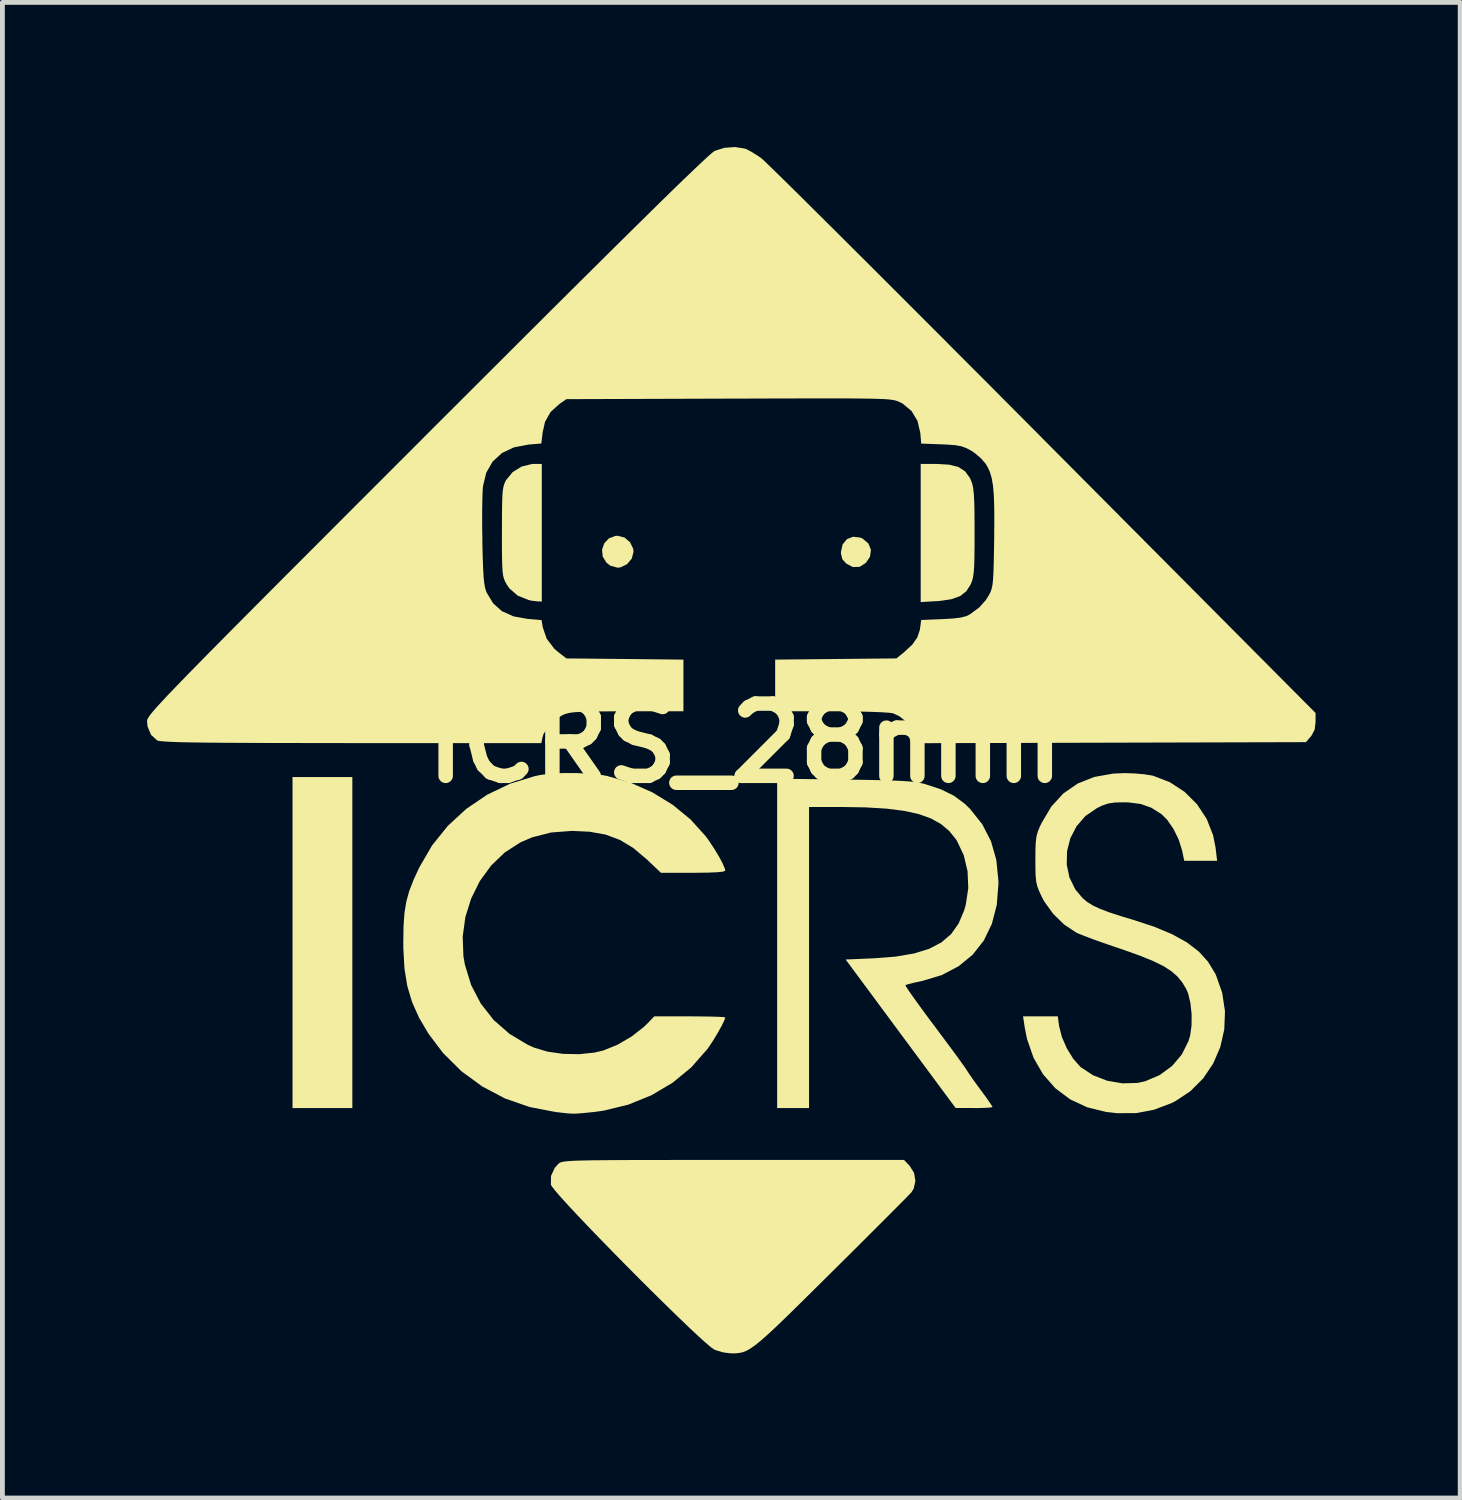
<source format=kicad_pcb>
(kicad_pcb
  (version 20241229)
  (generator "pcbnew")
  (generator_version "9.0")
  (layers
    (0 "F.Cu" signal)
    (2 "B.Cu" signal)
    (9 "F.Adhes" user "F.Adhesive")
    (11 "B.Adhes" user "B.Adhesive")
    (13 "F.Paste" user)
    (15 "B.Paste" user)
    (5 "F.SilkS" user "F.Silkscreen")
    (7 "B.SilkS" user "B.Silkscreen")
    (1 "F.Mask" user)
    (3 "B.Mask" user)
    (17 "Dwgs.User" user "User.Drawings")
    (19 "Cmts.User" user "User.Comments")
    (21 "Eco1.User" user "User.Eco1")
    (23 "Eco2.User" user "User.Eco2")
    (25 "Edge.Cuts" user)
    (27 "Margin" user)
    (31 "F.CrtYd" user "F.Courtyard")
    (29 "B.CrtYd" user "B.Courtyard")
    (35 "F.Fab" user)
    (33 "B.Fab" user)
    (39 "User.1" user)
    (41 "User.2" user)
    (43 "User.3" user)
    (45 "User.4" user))
  (footprint "ICRS_28mm"
    (layer "F.Cu")
    (at 12.409 12.366)
    (property "Reference" "ICRS_28mm" (at 0 0 0) (layer "F.SilkS") (effects (font (size 1.5 1.5) (thickness 0.3))))
    (attr board_only exclude_from_pos_files exclude_from_bom)
    (fp_poly (pts (xy -8.15 4.137) (xy -8.15 7.57) (xy -8.77 7.57) (xy -9.391 7.57) (xy -9.391 4.137) (xy -9.391 0.703) (xy -8.77 0.703) (xy -8.15 0.703)) (stroke (width 0) (type solid)) (fill yes) (layer "F.SilkS"))
    (fp_poly (pts (xy 2.388 -4.264) (xy 2.434 -4.244) (xy 2.555 -4.142) (xy 2.608 -4.01) (xy 2.588 -3.867) (xy 2.505 -3.742) (xy 2.373 -3.657) (xy 2.233 -3.653) (xy 2.095 -3.726) (xy 2.014 -3.816) (xy 1.986 -3.935) (xy 1.986 -3.968) (xy 2.02 -4.123) (xy 2.11 -4.232) (xy 2.239 -4.282)) (stroke (width 0) (type solid)) (fill yes) (layer "F.SilkS"))
    (fp_poly (pts (xy -2.504 -4.265) (xy -2.389 -4.167) (xy -2.324 -4.033) (xy -2.317 -3.971) (xy -2.354 -3.828) (xy -2.451 -3.713) (xy -2.586 -3.647) (xy -2.648 -3.64) (xy -2.793 -3.679) (xy -2.877 -3.742) (xy -2.957 -3.871) (xy -2.97 -4.013) (xy -2.925 -4.145) (xy -2.829 -4.247) (xy -2.691 -4.3) (xy -2.648 -4.302)) (stroke (width 0) (type solid)) (fill yes) (layer "F.SilkS"))
    (fp_poly (pts (xy 4.232 -5.777) (xy 4.423 -5.728) (xy 4.561 -5.639) (xy 4.659 -5.504) (xy 4.685 -5.448) (xy 4.71 -5.377) (xy 4.728 -5.292) (xy 4.741 -5.18) (xy 4.75 -5.029) (xy 4.755 -4.827) (xy 4.757 -4.561) (xy 4.757 -4.372) (xy 4.757 -4.07) (xy 4.754 -3.838) (xy 4.749 -3.665) (xy 4.739 -3.536) (xy 4.725 -3.441) (xy 4.706 -3.366) (xy 4.679 -3.299) (xy 4.676 -3.292) (xy 4.586 -3.151) (xy 4.458 -3.051) (xy 4.278 -2.986) (xy 4.034 -2.95) (xy 3.961 -2.945) (xy 3.64 -2.927) (xy 3.64 -4.359) (xy 3.64 -5.792) (xy 3.976 -5.792)) (stroke (width 0) (type solid)) (fill yes) (layer "F.SilkS"))
    (fp_poly (pts (xy -4.22 -4.364) (xy -4.22 -2.937) (xy -4.313 -2.942) (xy -4.429 -2.955) (xy -4.488 -2.967) (xy -4.718 -3.059) (xy -4.891 -3.209) (xy -4.945 -3.287) (xy -4.978 -3.346) (xy -5.003 -3.403) (xy -5.021 -3.47) (xy -5.033 -3.559) (xy -5.041 -3.683) (xy -5.045 -3.852) (xy -5.047 -4.08) (xy -5.047 -4.379) (xy -5.047 -4.383) (xy -5.046 -4.685) (xy -5.044 -4.916) (xy -5.04 -5.088) (xy -5.032 -5.213) (xy -5.019 -5.304) (xy -5.001 -5.371) (xy -4.977 -5.428) (xy -4.959 -5.46) (xy -4.823 -5.624) (xy -4.637 -5.739) (xy -4.426 -5.79) (xy -4.39 -5.792) (xy -4.22 -5.792)) (stroke (width 0) (type solid)) (fill yes) (layer "F.SilkS"))
    (fp_poly (pts (xy 3.411 8.768) (xy 3.502 8.914) (xy 3.53 9.082) (xy 3.494 9.243) (xy 3.449 9.315) (xy 3.405 9.362) (xy 3.308 9.461) (xy 3.163 9.607) (xy 2.977 9.794) (xy 2.755 10.016) (xy 2.503 10.268) (xy 2.226 10.544) (xy 1.931 10.837) (xy 1.778 10.989) (xy 1.421 11.342) (xy 1.118 11.642) (xy 0.862 11.893) (xy 0.649 12.098) (xy 0.472 12.263) (xy 0.326 12.392) (xy 0.206 12.489) (xy 0.106 12.559) (xy 0.02 12.607) (xy -0.057 12.636) (xy -0.13 12.651) (xy -0.205 12.657) (xy -0.288 12.658) (xy -0.31 12.657) (xy -0.458 12.638) (xy -0.613 12.592) (xy -0.641 12.58) (xy -0.71 12.532) (xy -0.828 12.432) (xy -0.988 12.287) (xy -1.184 12.103) (xy -1.409 11.887) (xy -1.657 11.645) (xy -1.921 11.385) (xy -2.195 11.112) (xy -2.472 10.833) (xy -2.746 10.555) (xy -3.009 10.285) (xy -3.257 10.028) (xy -3.481 9.792) (xy -3.675 9.584) (xy -3.834 9.409) (xy -3.95 9.274) (xy -4.017 9.187) (xy -4.031 9.16) (xy -4.029 8.977) (xy -3.95 8.808) (xy -3.883 8.733) (xy -3.866 8.717) (xy -3.846 8.704) (xy -3.817 8.692) (xy -3.774 8.683) (xy -3.712 8.674) (xy -3.626 8.667) (xy -3.51 8.661) (xy -3.359 8.657) (xy -3.168 8.653) (xy -2.931 8.651) (xy -2.644 8.649) (xy -2.3 8.647) (xy -1.894 8.647) (xy -1.422 8.646) (xy -0.878 8.646) (xy -0.257 8.646) (xy -0.248 8.646) (xy 3.294 8.646)) (stroke (width 0) (type solid)) (fill yes) (layer "F.SilkS"))
    (fp_poly (pts (xy 2.058 0.755) (xy 2.453 0.761) (xy 2.774 0.767) (xy 3.033 0.774) (xy 3.238 0.783) (xy 3.399 0.794) (xy 3.526 0.808) (xy 3.629 0.825) (xy 3.717 0.845) (xy 3.723 0.847) (xy 4.055 0.956) (xy 4.324 1.088) (xy 4.551 1.255) (xy 4.66 1.36) (xy 4.916 1.681) (xy 5.098 2.034) (xy 5.209 2.424) (xy 5.252 2.856) (xy 5.253 2.916) (xy 5.218 3.355) (xy 5.116 3.749) (xy 4.949 4.094) (xy 4.718 4.388) (xy 4.427 4.627) (xy 4.078 4.81) (xy 3.672 4.933) (xy 3.647 4.938) (xy 3.498 4.97) (xy 3.384 4.999) (xy 3.325 5.018) (xy 3.323 5.02) (xy 3.341 5.057) (xy 3.403 5.151) (xy 3.502 5.292) (xy 3.632 5.472) (xy 3.786 5.682) (xy 3.921 5.862) (xy 4.094 6.094) (xy 4.254 6.309) (xy 4.392 6.496) (xy 4.5 6.646) (xy 4.572 6.747) (xy 4.596 6.785) (xy 4.646 6.862) (xy 4.731 6.984) (xy 4.837 7.131) (xy 4.892 7.205) (xy 4.994 7.344) (xy 5.074 7.458) (xy 5.121 7.53) (xy 5.13 7.547) (xy 5.091 7.557) (xy 4.988 7.565) (xy 4.839 7.569) (xy 4.747 7.569) (xy 4.364 7.568) (xy 3.223 6.028) (xy 2.083 4.488) (xy 2.665 4.463) (xy 3.119 4.428) (xy 3.501 4.363) (xy 3.816 4.266) (xy 4.071 4.132) (xy 4.273 3.958) (xy 4.426 3.741) (xy 4.539 3.476) (xy 4.575 3.351) (xy 4.627 3.006) (xy 4.612 2.657) (xy 4.533 2.325) (xy 4.394 2.031) (xy 4.374 1.999) (xy 4.233 1.824) (xy 4.062 1.679) (xy 3.853 1.562) (xy 3.599 1.471) (xy 3.293 1.404) (xy 2.927 1.358) (xy 2.494 1.332) (xy 1.996 1.324) (xy 1.324 1.324) (xy 1.324 4.447) (xy 1.324 7.57) (xy 0.993 7.57) (xy 0.662 7.57) (xy 0.662 4.154) (xy 0.662 0.737)) (stroke (width 0) (type solid)) (fill yes) (layer "F.SilkS"))
    (fp_poly (pts (xy -3.494 0.621) (xy -3.216 0.635) (xy -2.972 0.661) (xy -2.871 0.679) (xy -2.388 0.817) (xy -1.93 1.019) (xy -1.507 1.277) (xy -1.134 1.583) (xy -0.822 1.929) (xy -0.769 2) (xy -0.651 2.177) (xy -0.547 2.348) (xy -0.467 2.498) (xy -0.421 2.608) (xy -0.414 2.646) (xy -0.455 2.664) (xy -0.575 2.677) (xy -0.773 2.686) (xy -1.046 2.689) (xy -1.081 2.689) (xy -1.749 2.689) (xy -2.043 2.41) (xy -2.321 2.176) (xy -2.598 2.008) (xy -2.895 1.897) (xy -3.231 1.837) (xy -3.592 1.82) (xy -4.026 1.853) (xy -4.419 1.953) (xy -4.662 2.057) (xy -4.989 2.268) (xy -5.272 2.54) (xy -5.506 2.862) (xy -5.685 3.222) (xy -5.806 3.61) (xy -5.861 4.012) (xy -5.846 4.419) (xy -5.816 4.592) (xy -5.686 5.017) (xy -5.485 5.403) (xy -5.219 5.742) (xy -4.893 6.028) (xy -4.513 6.256) (xy -4.377 6.317) (xy -4.101 6.399) (xy -3.781 6.445) (xy -3.447 6.452) (xy -3.129 6.419) (xy -2.946 6.376) (xy -2.652 6.257) (xy -2.358 6.086) (xy -2.099 5.883) (xy -2.029 5.815) (xy -1.887 5.667) (xy -1.15 5.667) (xy -0.914 5.669) (xy -0.709 5.672) (xy -0.548 5.677) (xy -0.446 5.683) (xy -0.414 5.689) (xy -0.435 5.753) (xy -0.489 5.864) (xy -0.567 6.004) (xy -0.655 6.152) (xy -0.743 6.286) (xy -0.787 6.348) (xy -1.119 6.725) (xy -1.508 7.045) (xy -1.946 7.304) (xy -2.424 7.498) (xy -2.936 7.623) (xy -3.163 7.654) (xy -3.344 7.672) (xy -3.472 7.683) (xy -3.575 7.686) (xy -3.68 7.68) (xy -3.816 7.665) (xy -3.934 7.652) (xy -4.473 7.548) (xy -4.982 7.371) (xy -5.455 7.122) (xy -5.886 6.807) (xy -6.267 6.429) (xy -6.57 6.028) (xy -6.766 5.695) (xy -6.911 5.372) (xy -7.01 5.039) (xy -7.069 4.674) (xy -7.092 4.258) (xy -7.093 4.116) (xy -7.088 3.79) (xy -7.069 3.522) (xy -7.031 3.29) (xy -6.971 3.07) (xy -6.881 2.838) (xy -6.763 2.581) (xy -6.497 2.123) (xy -6.169 1.715) (xy -5.784 1.361) (xy -5.351 1.068) (xy -4.875 0.84) (xy -4.365 0.684) (xy -4.246 0.659) (xy -4.038 0.633) (xy -3.778 0.62)) (stroke (width 0) (type solid)) (fill yes) (layer "F.SilkS"))
    (fp_poly (pts (xy 8.074 0.628) (xy 8.272 0.645) (xy 8.432 0.67) (xy 8.466 0.678) (xy 8.81 0.811) (xy 9.115 1.011) (xy 9.372 1.267) (xy 9.572 1.571) (xy 9.706 1.911) (xy 9.756 2.165) (xy 9.789 2.441) (xy 9.448 2.441) (xy 9.107 2.441) (xy 9.062 2.224) (xy 8.992 2.001) (xy 8.884 1.78) (xy 8.753 1.59) (xy 8.634 1.472) (xy 8.425 1.34) (xy 8.206 1.262) (xy 7.949 1.229) (xy 7.852 1.227) (xy 7.668 1.231) (xy 7.531 1.252) (xy 7.404 1.295) (xy 7.295 1.348) (xy 7.056 1.512) (xy 6.872 1.725) (xy 6.744 1.972) (xy 6.676 2.24) (xy 6.669 2.516) (xy 6.725 2.785) (xy 6.847 3.034) (xy 6.998 3.214) (xy 7.093 3.294) (xy 7.209 3.366) (xy 7.358 3.436) (xy 7.552 3.51) (xy 7.805 3.592) (xy 8.032 3.66) (xy 8.481 3.807) (xy 8.855 3.963) (xy 9.162 4.133) (xy 9.408 4.322) (xy 9.6 4.534) (xy 9.747 4.775) (xy 9.764 4.809) (xy 9.895 5.182) (xy 9.952 5.563) (xy 9.937 5.941) (xy 9.854 6.306) (xy 9.706 6.648) (xy 9.498 6.956) (xy 9.233 7.221) (xy 8.914 7.432) (xy 8.842 7.467) (xy 8.478 7.605) (xy 8.109 7.674) (xy 7.715 7.676) (xy 7.486 7.651) (xy 7.091 7.553) (xy 6.738 7.388) (xy 6.432 7.158) (xy 6.178 6.869) (xy 5.981 6.527) (xy 5.845 6.136) (xy 5.799 5.905) (xy 5.763 5.667) (xy 6.123 5.667) (xy 6.484 5.667) (xy 6.511 5.869) (xy 6.568 6.094) (xy 6.671 6.331) (xy 6.805 6.549) (xy 6.953 6.716) (xy 6.96 6.721) (xy 7.214 6.889) (xy 7.511 7.003) (xy 7.826 7.057) (xy 8.136 7.048) (xy 8.295 7.014) (xy 8.596 6.886) (xy 8.854 6.697) (xy 9.057 6.458) (xy 9.196 6.177) (xy 9.228 6.069) (xy 9.258 5.862) (xy 9.26 5.626) (xy 9.235 5.392) (xy 9.187 5.191) (xy 9.153 5.109) (xy 9.068 4.966) (xy 8.968 4.843) (xy 8.841 4.731) (xy 8.679 4.627) (xy 8.471 4.524) (xy 8.207 4.416) (xy 7.879 4.298) (xy 7.664 4.225) (xy 7.434 4.146) (xy 7.218 4.069) (xy 7.035 4) (xy 6.903 3.947) (xy 6.862 3.927) (xy 6.617 3.764) (xy 6.39 3.543) (xy 6.205 3.287) (xy 6.152 3.189) (xy 6.096 3.068) (xy 6.058 2.968) (xy 6.035 2.867) (xy 6.023 2.742) (xy 6.019 2.57) (xy 6.019 2.42) (xy 6.02 2.205) (xy 6.027 2.051) (xy 6.042 1.934) (xy 6.069 1.834) (xy 6.113 1.728) (xy 6.148 1.655) (xy 6.35 1.315) (xy 6.599 1.043) (xy 6.896 0.838) (xy 7.241 0.701) (xy 7.634 0.631) (xy 7.874 0.621)) (stroke (width 0) (type solid)) (fill yes) (layer "F.SilkS"))
    (fp_poly (pts (xy -0.014 -12.335) (xy 0.029 -12.32) (xy 0.13 -12.266) (xy 0.259 -12.186) (xy 0.331 -12.136) (xy 0.379 -12.094) (xy 0.482 -11.995) (xy 0.637 -11.844) (xy 0.842 -11.643) (xy 1.094 -11.395) (xy 1.389 -11.102) (xy 1.725 -10.768) (xy 2.099 -10.396) (xy 2.507 -9.989) (xy 2.948 -9.549) (xy 3.418 -9.079) (xy 3.914 -8.583) (xy 4.432 -8.063) (xy 4.972 -7.522) (xy 5.528 -6.964) (xy 6.099 -6.39) (xy 6.174 -6.314) (xy 11.831 -0.626) (xy 11.831 -0.44) (xy 11.812 -0.279) (xy 11.746 -0.155) (xy 11.731 -0.137) (xy 11.632 -0.021) (xy 7.619 -0.01) (xy 3.606 0.001) (xy 3.56 -0.139) (xy 3.478 -0.292) (xy 3.346 -0.441) (xy 3.193 -0.561) (xy 3.065 -0.62) (xy 2.985 -0.631) (xy 2.834 -0.641) (xy 2.625 -0.649) (xy 2.37 -0.656) (xy 2.081 -0.66) (xy 1.771 -0.662) (xy 1.768 -0.662) (xy 0.621 -0.662) (xy 0.621 -1.197) (xy 0.621 -1.733) (xy 1.878 -1.746) (xy 3.136 -1.758) (xy 3.293 -1.885) (xy 3.463 -2.042) (xy 3.568 -2.19) (xy 3.622 -2.35) (xy 3.627 -2.387) (xy 3.65 -2.555) (xy 4.09 -2.573) (xy 4.315 -2.586) (xy 4.475 -2.606) (xy 4.587 -2.635) (xy 4.654 -2.668) (xy 4.851 -2.812) (xy 4.992 -2.969) (xy 5.061 -3.082) (xy 5.09 -3.14) (xy 5.111 -3.202) (xy 5.128 -3.28) (xy 5.14 -3.386) (xy 5.149 -3.531) (xy 5.155 -3.727) (xy 5.16 -3.985) (xy 5.164 -4.231) (xy 5.167 -4.607) (xy 5.165 -4.911) (xy 5.156 -5.155) (xy 5.139 -5.347) (xy 5.112 -5.501) (xy 5.075 -5.625) (xy 5.026 -5.731) (xy 4.984 -5.8) (xy 4.887 -5.912) (xy 4.754 -6.023) (xy 4.686 -6.068) (xy 4.584 -6.122) (xy 4.485 -6.158) (xy 4.366 -6.18) (xy 4.203 -6.193) (xy 4.07 -6.199) (xy 3.65 -6.214) (xy 3.632 -6.435) (xy 3.574 -6.683) (xy 3.451 -6.889) (xy 3.268 -7.042) (xy 3.215 -7.07) (xy 3.181 -7.086) (xy 3.146 -7.099) (xy 3.105 -7.111) (xy 3.051 -7.121) (xy 2.979 -7.13) (xy 2.884 -7.137) (xy 2.76 -7.142) (xy 2.601 -7.146) (xy 2.402 -7.149) (xy 2.158 -7.151) (xy 1.862 -7.152) (xy 1.509 -7.152) (xy 1.094 -7.151) (xy 0.61 -7.15) (xy 0.053 -7.148) (xy -0.338 -7.147) (xy -3.709 -7.136) (xy -3.854 -7.036) (xy -4.038 -6.87) (xy -4.153 -6.667) (xy -4.202 -6.448) (xy -4.23 -6.216) (xy -4.495 -6.194) (xy -4.798 -6.136) (xy -5.047 -6.018) (xy -5.24 -5.841) (xy -5.372 -5.611) (xy -5.44 -5.33) (xy -5.441 -5.322) (xy -5.449 -5.2) (xy -5.454 -5.012) (xy -5.457 -4.776) (xy -5.457 -4.509) (xy -5.453 -4.228) (xy -5.453 -4.174) (xy -5.446 -3.864) (xy -5.437 -3.626) (xy -5.427 -3.446) (xy -5.413 -3.314) (xy -5.395 -3.216) (xy -5.371 -3.141) (xy -5.364 -3.124) (xy -5.229 -2.9) (xy -5.046 -2.737) (xy -4.807 -2.63) (xy -4.509 -2.577) (xy -4.508 -2.577) (xy -4.225 -2.553) (xy -4.199 -2.4) (xy -4.118 -2.165) (xy -3.961 -1.959) (xy -3.864 -1.877) (xy -3.709 -1.758) (xy -2.496 -1.746) (xy -1.282 -1.733) (xy -1.282 -1.197) (xy -1.282 -0.662) (xy -2.451 -0.661) (xy -2.799 -0.66) (xy -3.074 -0.658) (xy -3.287 -0.654) (xy -3.448 -0.648) (xy -3.568 -0.639) (xy -3.657 -0.626) (xy -3.725 -0.608) (xy -3.782 -0.586) (xy -3.787 -0.584) (xy -3.954 -0.479) (xy -4.094 -0.337) (xy -4.187 -0.182) (xy -4.206 -0.118) (xy -4.23 0) (xy -8.165 -0.001) (xy -8.846 -0.002) (xy -9.449 -0.003) (xy -9.978 -0.004) (xy -10.438 -0.006) (xy -10.833 -0.008) (xy -11.167 -0.011) (xy -11.446 -0.015) (xy -11.673 -0.019) (xy -11.853 -0.025) (xy -11.991 -0.031) (xy -12.091 -0.038) (xy -12.157 -0.046) (xy -12.194 -0.055) (xy -12.199 -0.058) (xy -12.326 -0.173) (xy -12.397 -0.341) (xy -12.409 -0.455) (xy -12.407 -0.474) (xy -12.4 -0.497) (xy -12.384 -0.527) (xy -12.358 -0.566) (xy -12.32 -0.617) (xy -12.266 -0.681) (xy -12.195 -0.762) (xy -12.103 -0.862) (xy -11.99 -0.983) (xy -11.851 -1.128) (xy -11.686 -1.3) (xy -11.491 -1.5) (xy -11.264 -1.731) (xy -11.003 -1.996) (xy -10.705 -2.297) (xy -10.368 -2.636) (xy -9.99 -3.016) (xy -9.568 -3.44) (xy -9.099 -3.909) (xy -8.582 -4.427) (xy -8.014 -4.996) (xy -7.393 -5.617) (xy -6.715 -6.295) (xy -6.609 -6.402) (xy -5.862 -7.148) (xy -5.172 -7.837) (xy -4.538 -8.47) (xy -3.957 -9.049) (xy -3.428 -9.575) (xy -2.95 -10.049) (xy -2.522 -10.473) (xy -2.141 -10.849) (xy -1.807 -11.178) (xy -1.518 -11.461) (xy -1.272 -11.699) (xy -1.067 -11.895) (xy -0.904 -12.05) (xy -0.779 -12.165) (xy -0.692 -12.242) (xy -0.64 -12.282) (xy -0.631 -12.287) (xy -0.43 -12.35) (xy -0.212 -12.366)) (stroke (width 0) (type solid)) (fill yes) (layer "F.SilkS")))
  (gr_rect
    (start -3 -3)
    (end 27.24 28.024)
    (stroke (width 0.1) (type default))
    (fill no)
    (layer "Edge.Cuts")))
</source>
